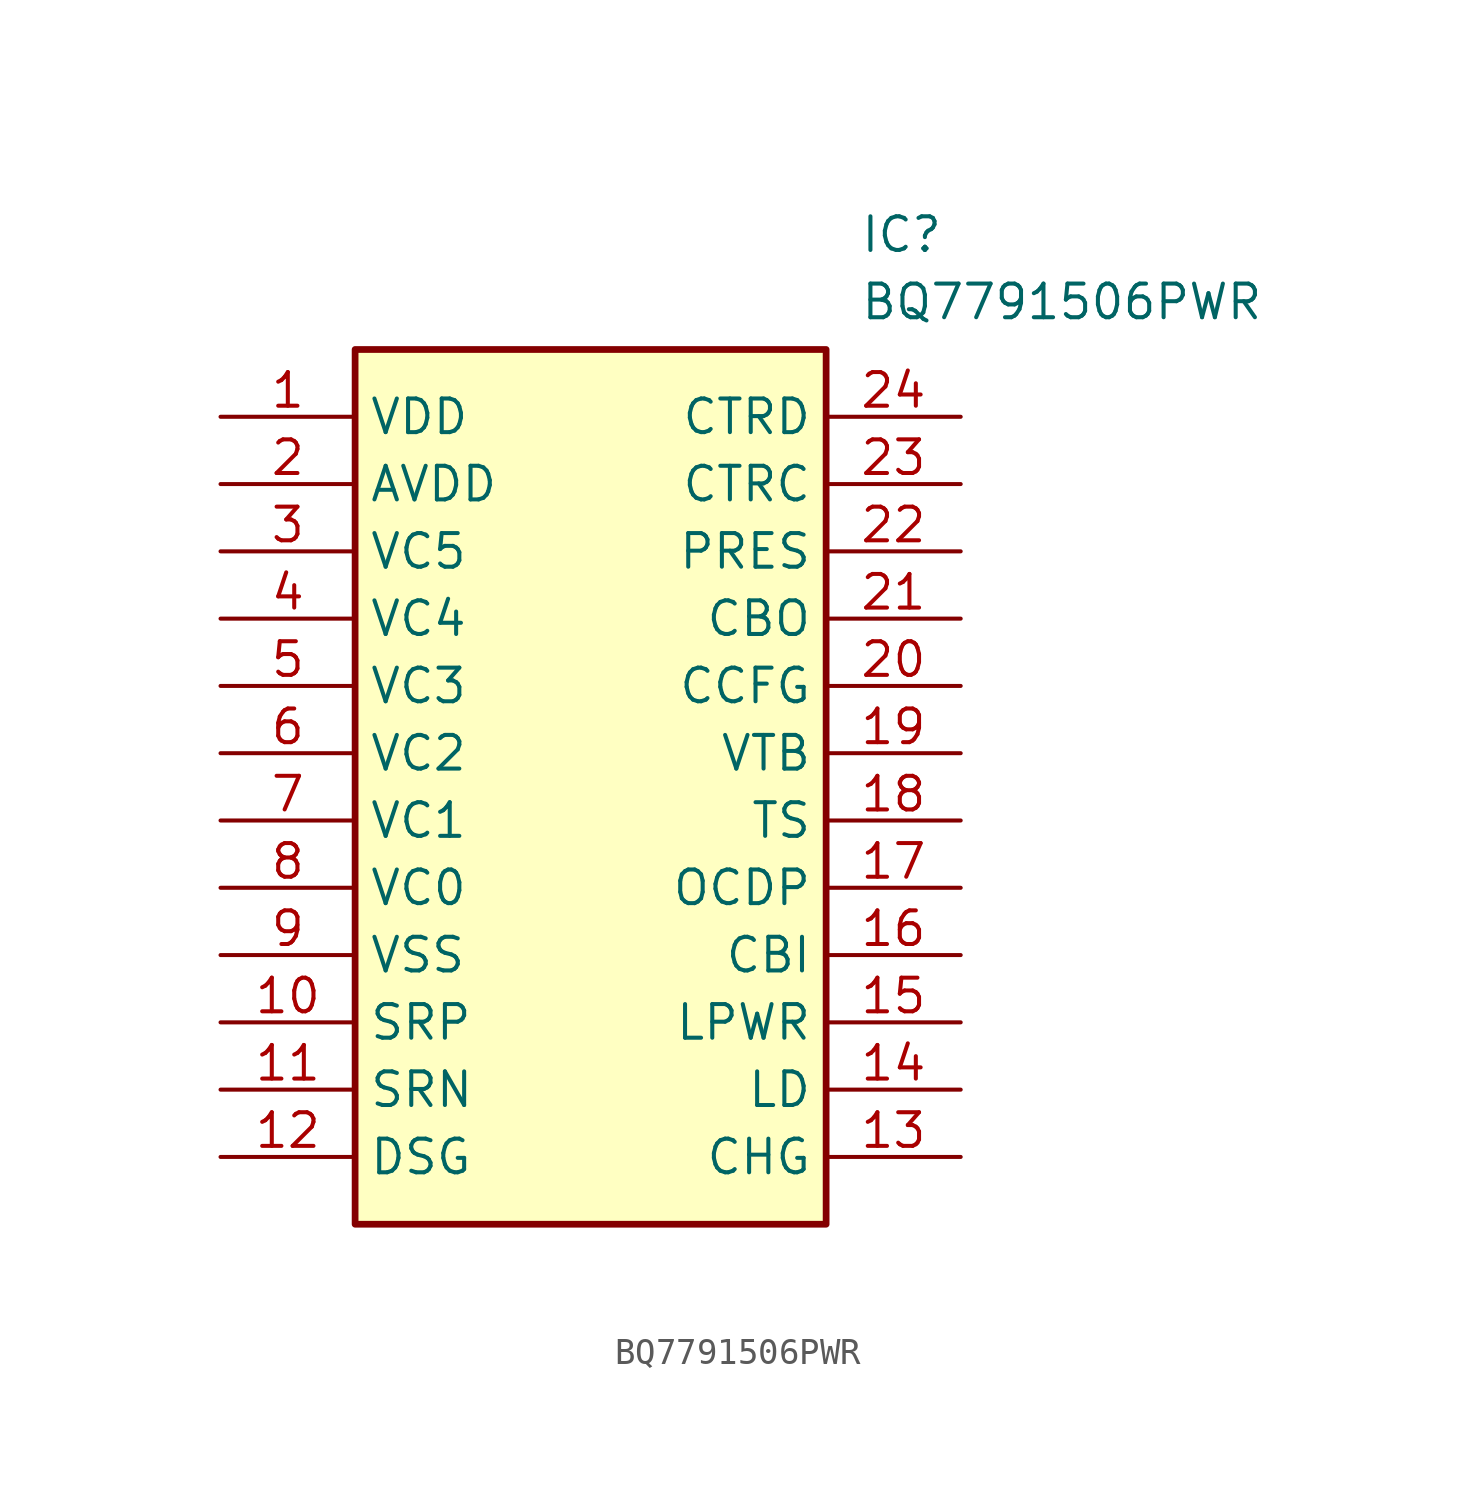
<source format=kicad_sym>
(kicad_symbol_lib
  (version 20211014)
  (generator SamacSys_ECAD_Model)
  (symbol "BQ7791506PWR"
    (property "Reference" "IC"
      (at 24.13 7.62 0)
      (effects (font (size 1.27 1.27)) (justify left top)))
    (property "Value" "BQ7791506PWR"
      (at 24.13 5.08 0)
      (effects (font (size 1.27 1.27)) (justify left top)))
    (rectangle
      (start 5.08 2.54)
      (end 22.86 -30.48)
      (stroke (width 0.254) (type default))
      (fill (type background)))
    (pin passive line
      (at 0 0 0)
      (length 5.08)
      (name "VDD" (effects (font (size 1.27 1.27))))
      (number "1" (effects (font (size 1.27 1.27)))))
    (pin passive line
      (at 0 -2.54 0)
      (length 5.08)
      (name "AVDD" (effects (font (size 1.27 1.27))))
      (number "2" (effects (font (size 1.27 1.27)))))
    (pin passive line
      (at 0 -5.08 0)
      (length 5.08)
      (name "VC5" (effects (font (size 1.27 1.27))))
      (number "3" (effects (font (size 1.27 1.27)))))
    (pin passive line
      (at 0 -7.62 0)
      (length 5.08)
      (name "VC4" (effects (font (size 1.27 1.27))))
      (number "4" (effects (font (size 1.27 1.27)))))
    (pin passive line
      (at 0 -10.16 0)
      (length 5.08)
      (name "VC3" (effects (font (size 1.27 1.27))))
      (number "5" (effects (font (size 1.27 1.27)))))
    (pin passive line
      (at 0 -12.7 0)
      (length 5.08)
      (name "VC2" (effects (font (size 1.27 1.27))))
      (number "6" (effects (font (size 1.27 1.27)))))
    (pin passive line
      (at 0 -15.24 0)
      (length 5.08)
      (name "VC1" (effects (font (size 1.27 1.27))))
      (number "7" (effects (font (size 1.27 1.27)))))
    (pin passive line
      (at 0 -17.78 0)
      (length 5.08)
      (name "VC0" (effects (font (size 1.27 1.27))))
      (number "8" (effects (font (size 1.27 1.27)))))
    (pin passive line
      (at 0 -20.32 0)
      (length 5.08)
      (name "VSS" (effects (font (size 1.27 1.27))))
      (number "9" (effects (font (size 1.27 1.27)))))
    (pin passive line
      (at 0 -22.86 0)
      (length 5.08)
      (name "SRP" (effects (font (size 1.27 1.27))))
      (number "10" (effects (font (size 1.27 1.27)))))
    (pin passive line
      (at 0 -25.4 0)
      (length 5.08)
      (name "SRN" (effects (font (size 1.27 1.27))))
      (number "11" (effects (font (size 1.27 1.27)))))
    (pin passive line
      (at 0 -27.94 0)
      (length 5.08)
      (name "DSG" (effects (font (size 1.27 1.27))))
      (number "12" (effects (font (size 1.27 1.27)))))
    (pin passive line
      (at 27.94 0 180)
      (length 5.08)
      (name "CTRD" (effects (font (size 1.27 1.27))))
      (number "24" (effects (font (size 1.27 1.27)))))
    (pin passive line
      (at 27.94 -2.54 180)
      (length 5.08)
      (name "CTRC" (effects (font (size 1.27 1.27))))
      (number "23" (effects (font (size 1.27 1.27)))))
    (pin passive line
      (at 27.94 -5.08 180)
      (length 5.08)
      (name "PRES" (effects (font (size 1.27 1.27))))
      (number "22" (effects (font (size 1.27 1.27)))))
    (pin passive line
      (at 27.94 -7.62 180)
      (length 5.08)
      (name "CBO" (effects (font (size 1.27 1.27))))
      (number "21" (effects (font (size 1.27 1.27)))))
    (pin passive line
      (at 27.94 -10.16 180)
      (length 5.08)
      (name "CCFG" (effects (font (size 1.27 1.27))))
      (number "20" (effects (font (size 1.27 1.27)))))
    (pin passive line
      (at 27.94 -12.7 180)
      (length 5.08)
      (name "VTB" (effects (font (size 1.27 1.27))))
      (number "19" (effects (font (size 1.27 1.27)))))
    (pin passive line
      (at 27.94 -15.24 180)
      (length 5.08)
      (name "TS" (effects (font (size 1.27 1.27))))
      (number "18" (effects (font (size 1.27 1.27)))))
    (pin passive line
      (at 27.94 -17.78 180)
      (length 5.08)
      (name "OCDP" (effects (font (size 1.27 1.27))))
      (number "17" (effects (font (size 1.27 1.27)))))
    (pin passive line
      (at 27.94 -20.32 180)
      (length 5.08)
      (name "CBI" (effects (font (size 1.27 1.27))))
      (number "16" (effects (font (size 1.27 1.27)))))
    (pin passive line
      (at 27.94 -22.86 180)
      (length 5.08)
      (name "LPWR" (effects (font (size 1.27 1.27))))
      (number "15" (effects (font (size 1.27 1.27)))))
    (pin passive line
      (at 27.94 -25.4 180)
      (length 5.08)
      (name "LD" (effects (font (size 1.27 1.27))))
      (number "14" (effects (font (size 1.27 1.27)))))
    (pin passive line
      (at 27.94 -27.94 180)
      (length 5.08)
      (name "CHG" (effects (font (size 1.27 1.27))))
      (number "13" (effects (font (size 1.27 1.27)))))))
</source>
